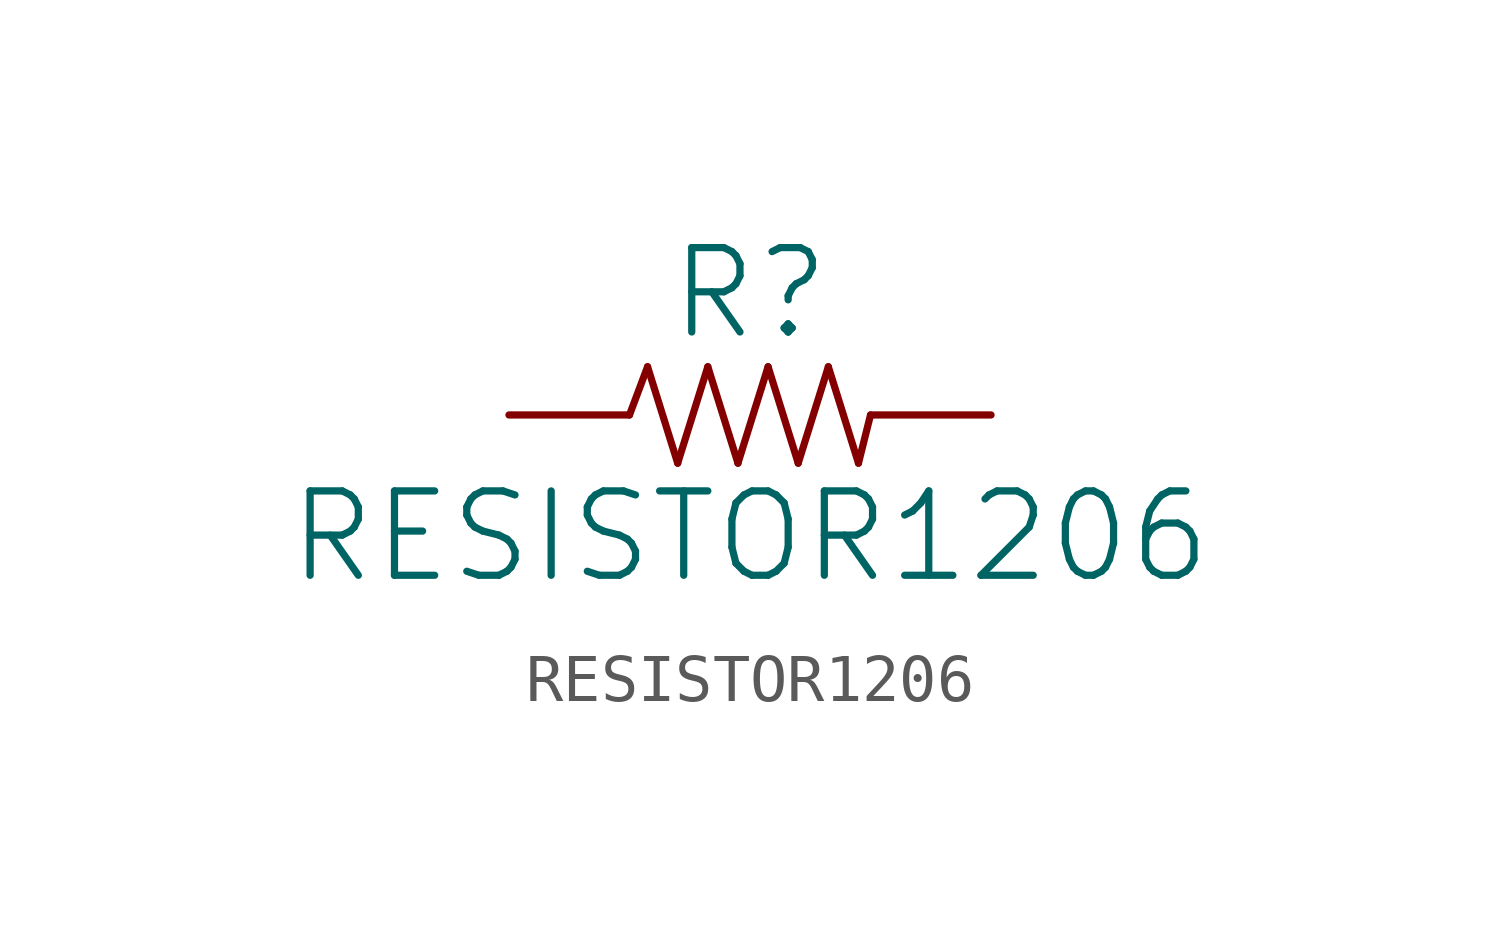
<source format=kicad_sym>
(kicad_symbol_lib
  (version 20211014)
  (generator kicad_symbol_editor)
  (symbol "RESISTOR1206"
    (property "Reference" "R"
      (at 0 1.524 0)
      (effects (font (size 1.778 1.778)) (justify bottom)))
    (property "Value" "RESISTOR1206"
      (at 0 -1.524 0)
      (effects (font (size 1.778 1.778)) (justify top)))
    (property "ki_locked" ""
      (at 0 0 0)
      (effects (font (size 1.27 1.27))))
    (symbol "RESISTOR1206_1_0"
      (polyline (pts (xy -2.54 0) (xy -2.159 1.016)) (stroke (width 0.152) (type default) (color 0 0 0 0)) (fill (type none)))
      (polyline (pts (xy -2.159 1.016) (xy -1.524 -1.016)) (stroke (width 0.152) (type default) (color 0 0 0 0)) (fill (type none)))
      (polyline (pts (xy -1.524 -1.016) (xy -0.889 1.016)) (stroke (width 0.152) (type default) (color 0 0 0 0)) (fill (type none)))
      (polyline (pts (xy -0.889 1.016) (xy -0.254 -1.016)) (stroke (width 0.152) (type default) (color 0 0 0 0)) (fill (type none)))
      (polyline (pts (xy -0.254 -1.016) (xy 0.381 1.016)) (stroke (width 0.152) (type default) (color 0 0 0 0)) (fill (type none)))
      (polyline (pts (xy 0.381 1.016) (xy 1.016 -1.016)) (stroke (width 0.152) (type default) (color 0 0 0 0)) (fill (type none)))
      (polyline (pts (xy 1.016 -1.016) (xy 1.651 1.016)) (stroke (width 0.152) (type default) (color 0 0 0 0)) (fill (type none)))
      (polyline (pts (xy 1.651 1.016) (xy 2.286 -1.016)) (stroke (width 0.152) (type default) (color 0 0 0 0)) (fill (type none)))
      (polyline (pts (xy 2.286 -1.016) (xy 2.54 0)) (stroke (width 0.152) (type default) (color 0 0 0 0)) (fill (type none)))
      (pin passive line (at -5.08 0 0) (length 2.54) (name "1" (effects (font (size 0 0)))) (number "1" (effects (font (size 0 0)))))
      (pin passive line (at 5.08 0 180) (length 2.54) (name "2" (effects (font (size 0 0)))) (number "2" (effects (font (size 0 0))))))))
</source>
